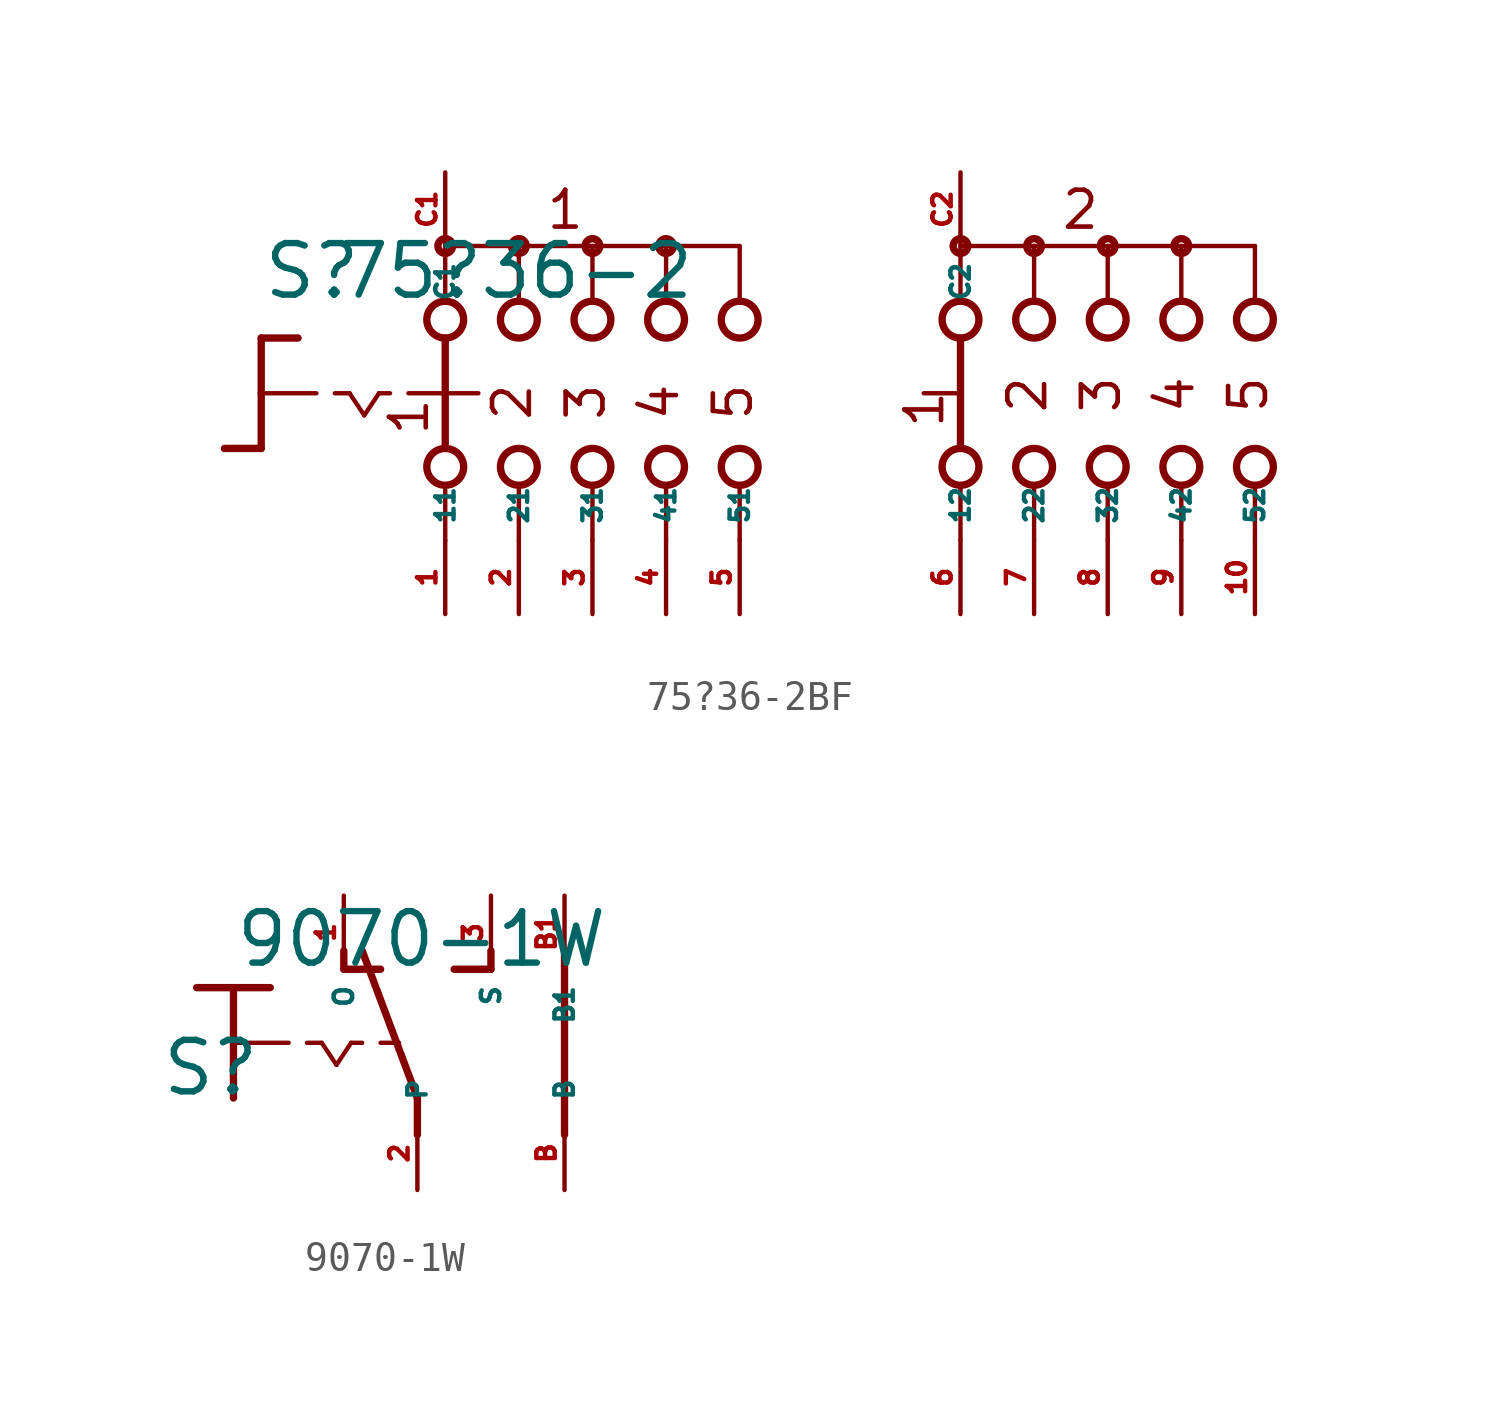
<source format=kicad_sym>
(kicad_symbol_lib
  (version 20220914)
  (generator Eagle2Kicad)
  (symbol "75?36-2BF"
    (property "Reference" "S"
      (at -19.05 3.175 0)
      (effects (font (size 1.778 1.778) (thickness 0.22)) (justify left bottom)))
    (property "Value" "75?36-2"
      (at -16.51 3.175 0)
      (effects (font (size 1.778 1.778) (thickness 0.22)) (justify left bottom)))
    (polyline
      (pts (xy -19.05 1.905) (xy -17.78 1.905))
      (stroke (width 0.254) (type default))
      (fill (type none)))
    (polyline
      (pts (xy -19.05 1.905) (xy -19.05 0))
      (stroke (width 0.254) (type default))
      (fill (type none)))
    (polyline
      (pts (xy -19.05 -1.905) (xy -20.32 -1.905))
      (stroke (width 0.254) (type default))
      (fill (type none)))
    (polyline
      (pts (xy -19.05 0) (xy -17.145 0))
      (stroke (width 0.152) (type default))
      (fill (type none)))
    (polyline
      (pts (xy -19.05 0) (xy -19.05 -1.905))
      (stroke (width 0.254) (type default))
      (fill (type none)))
    (polyline
      (pts (xy -16.51 0) (xy -16.002 0))
      (stroke (width 0.152) (type default))
      (fill (type none)))
    (polyline
      (pts (xy -14.986 0) (xy -14.605 0))
      (stroke (width 0.152) (type default))
      (fill (type none)))
    (polyline
      (pts (xy -16.002 0) (xy -15.494 -0.762))
      (stroke (width 0.152) (type default))
      (fill (type none)))
    (polyline
      (pts (xy -15.494 -0.762) (xy -14.986 0))
      (stroke (width 0.152) (type default))
      (fill (type none)))
    (polyline
      (pts (xy -10.16 3.175) (xy -10.16 5.08))
      (stroke (width 0.152) (type default))
      (fill (type none)))
    (polyline
      (pts (xy -7.62 3.175) (xy -7.62 5.08))
      (stroke (width 0.152) (type default))
      (fill (type none)))
    (polyline
      (pts (xy -5.08 3.175) (xy -5.08 5.08))
      (stroke (width 0.152) (type default))
      (fill (type none)))
    (polyline
      (pts (xy -7.62 5.08) (xy -10.16 5.08))
      (stroke (width 0.152) (type default))
      (fill (type none)))
    (polyline
      (pts (xy -7.62 5.08) (xy -5.08 5.08))
      (stroke (width 0.152) (type default))
      (fill (type none)))
    (polyline
      (pts (xy -2.54 3.175) (xy -2.54 5.08))
      (stroke (width 0.152) (type default))
      (fill (type none)))
    (polyline
      (pts (xy -5.08 5.08) (xy -2.54 5.08))
      (stroke (width 0.152) (type default))
      (fill (type none)))
    (polyline
      (pts (xy -12.7 5.08) (xy -12.7 3.175))
      (stroke (width 0.152) (type default))
      (fill (type none)))
    (polyline
      (pts (xy -10.16 5.08) (xy -12.7 5.08))
      (stroke (width 0.152) (type default))
      (fill (type none)))
    (polyline
      (pts (xy 5.08 3.175) (xy 5.08 5.08))
      (stroke (width 0.152) (type default))
      (fill (type none)))
    (polyline
      (pts (xy 5.08 -5.08) (xy 5.08 -3.175))
      (stroke (width 0.152) (type default))
      (fill (type none)))
    (polyline
      (pts (xy 7.62 3.175) (xy 7.62 5.08))
      (stroke (width 0.152) (type default))
      (fill (type none)))
    (polyline
      (pts (xy 10.16 3.175) (xy 10.16 5.08))
      (stroke (width 0.152) (type default))
      (fill (type none)))
    (polyline
      (pts (xy 12.7 3.175) (xy 12.7 5.08))
      (stroke (width 0.152) (type default))
      (fill (type none)))
    (polyline
      (pts (xy 15.24 3.175) (xy 15.24 5.08))
      (stroke (width 0.152) (type default))
      (fill (type none)))
    (polyline
      (pts (xy 5.08 5.08) (xy 7.62 5.08))
      (stroke (width 0.152) (type default))
      (fill (type none)))
    (polyline
      (pts (xy 7.62 5.08) (xy 10.16 5.08))
      (stroke (width 0.152) (type default))
      (fill (type none)))
    (polyline
      (pts (xy 10.16 5.08) (xy 12.7 5.08))
      (stroke (width 0.152) (type default))
      (fill (type none)))
    (polyline
      (pts (xy 12.7 5.08) (xy 15.24 5.08))
      (stroke (width 0.152) (type default))
      (fill (type none)))
    (polyline
      (pts (xy 7.62 -5.08) (xy 7.62 -3.175))
      (stroke (width 0.152) (type default))
      (fill (type none)))
    (polyline
      (pts (xy 10.16 -5.08) (xy 10.16 -3.175))
      (stroke (width 0.152) (type default))
      (fill (type none)))
    (polyline
      (pts (xy 12.7 -5.08) (xy 12.7 -3.175))
      (stroke (width 0.152) (type default))
      (fill (type none)))
    (polyline
      (pts (xy 15.24 -5.08) (xy 15.24 -3.175))
      (stroke (width 0.152) (type default))
      (fill (type none)))
    (polyline
      (pts (xy 5.08 1.905) (xy 5.08 -1.905))
      (stroke (width 0.254) (type default))
      (fill (type none)))
    (polyline
      (pts (xy 3.81 0) (xy 4.953 0))
      (stroke (width 0.152) (type default))
      (fill (type none)))
    (polyline
      (pts (xy -13.97 0) (xy -12.827 0))
      (stroke (width 0.152) (type default))
      (fill (type none)))
    (polyline
      (pts (xy -10.16 -5.08) (xy -10.16 -3.175))
      (stroke (width 0.152) (type default))
      (fill (type none)))
    (polyline
      (pts (xy -7.62 -5.08) (xy -7.62 -3.175))
      (stroke (width 0.152) (type default))
      (fill (type none)))
    (polyline
      (pts (xy -5.08 -5.08) (xy -5.08 -3.175))
      (stroke (width 0.152) (type default))
      (fill (type none)))
    (polyline
      (pts (xy -2.54 -5.08) (xy -2.54 -3.175))
      (stroke (width 0.152) (type default))
      (fill (type none)))
    (polyline
      (pts (xy -12.7 1.905) (xy -12.7 0))
      (stroke (width 0.254) (type default))
      (fill (type none)))
    (polyline
      (pts (xy -12.7 -3.175) (xy -12.7 -5.08))
      (stroke (width 0.152) (type default))
      (fill (type none)))
    (polyline
      (pts (xy -12.7 0) (xy -11.557 0))
      (stroke (width 0.152) (type default))
      (fill (type none)))
    (polyline
      (pts (xy -12.7 0) (xy -12.7 -1.905))
      (stroke (width 0.254) (type default))
      (fill (type none)))
    (text "2"
      (at 8.128 -0.762 900)
      (effects (font (size 1.27 1.27) (thickness 0.16)) (justify left bottom)))
    (text "3"
      (at 10.668 -0.762 900)
      (effects (font (size 1.27 1.27) (thickness 0.16)) (justify left bottom)))
    (text "4"
      (at 13.208 -0.762 900)
      (effects (font (size 1.27 1.27) (thickness 0.16)) (justify left bottom)))
    (text "5"
      (at 15.748 -0.762 900)
      (effects (font (size 1.27 1.27) (thickness 0.16)) (justify left bottom)))
    (text "1"
      (at 4.572 -1.27 900)
      (effects (font (size 1.27 1.27) (thickness 0.16)) (justify left bottom)))
    (text "1"
      (at -13.208 -1.524 900)
      (effects (font (size 1.27 1.27) (thickness 0.16)) (justify left bottom)))
    (text "2"
      (at -9.652 -1.016 900)
      (effects (font (size 1.27 1.27) (thickness 0.16)) (justify left bottom)))
    (text "3"
      (at -7.112 -1.016 900)
      (effects (font (size 1.27 1.27) (thickness 0.16)) (justify left bottom)))
    (text "4"
      (at -4.572 -1.016 900)
      (effects (font (size 1.27 1.27) (thickness 0.16)) (justify left bottom)))
    (text "5"
      (at -2.032 -1.016 900)
      (effects (font (size 1.27 1.27) (thickness 0.16)) (justify left bottom)))
    (text "1 "
      (at -9.271 5.588 0)
      (effects (font (size 1.27 1.27) (thickness 0.16)) (justify left bottom)))
    (text "2 "
      (at 8.509 5.588 0)
      (effects (font (size 1.27 1.27) (thickness 0.16)) (justify left bottom)))
    (circle
      (center -7.62 5.08)
      (radius 0.254)
      (stroke (width 0.254) (type default))
      (fill (type none)))
    (circle
      (center -5.08 5.08)
      (radius 0.254)
      (stroke (width 0.254) (type default))
      (fill (type none)))
    (circle
      (center -12.7 5.08)
      (radius 0.254)
      (stroke (width 0.254) (type default))
      (fill (type none)))
    (circle
      (center -10.16 5.08)
      (radius 0.254)
      (stroke (width 0.254) (type default))
      (fill (type none)))
    (circle
      (center -12.7 2.54)
      (radius 0.635)
      (stroke (width 0.254) (type default))
      (fill (type none)))
    (circle
      (center -10.16 2.54)
      (radius 0.635)
      (stroke (width 0.254) (type default))
      (fill (type none)))
    (circle
      (center -7.62 2.54)
      (radius 0.635)
      (stroke (width 0.254) (type default))
      (fill (type none)))
    (circle
      (center -5.08 2.54)
      (radius 0.635)
      (stroke (width 0.254) (type default))
      (fill (type none)))
    (circle
      (center -2.54 2.54)
      (radius 0.635)
      (stroke (width 0.254) (type default))
      (fill (type none)))
    (circle
      (center 5.08 5.08)
      (radius 0.254)
      (stroke (width 0.254) (type default))
      (fill (type none)))
    (circle
      (center 5.08 2.54)
      (radius 0.635)
      (stroke (width 0.254) (type default))
      (fill (type none)))
    (circle
      (center 5.08 -2.54)
      (radius 0.635)
      (stroke (width 0.254) (type default))
      (fill (type none)))
    (circle
      (center 7.62 2.54)
      (radius 0.635)
      (stroke (width 0.254) (type default))
      (fill (type none)))
    (circle
      (center 10.16 2.54)
      (radius 0.635)
      (stroke (width 0.254) (type default))
      (fill (type none)))
    (circle
      (center 12.7 2.54)
      (radius 0.635)
      (stroke (width 0.254) (type default))
      (fill (type none)))
    (circle
      (center 15.24 2.54)
      (radius 0.635)
      (stroke (width 0.254) (type default))
      (fill (type none)))
    (circle
      (center 7.62 5.08)
      (radius 0.254)
      (stroke (width 0.254) (type default))
      (fill (type none)))
    (circle
      (center 10.16 5.08)
      (radius 0.254)
      (stroke (width 0.254) (type default))
      (fill (type none)))
    (circle
      (center 12.7 5.08)
      (radius 0.254)
      (stroke (width 0.254) (type default))
      (fill (type none)))
    (circle
      (center 7.62 -2.54)
      (radius 0.635)
      (stroke (width 0.254) (type default))
      (fill (type none)))
    (circle
      (center 10.16 -2.54)
      (radius 0.635)
      (stroke (width 0.254) (type default))
      (fill (type none)))
    (circle
      (center 12.7 -2.54)
      (radius 0.635)
      (stroke (width 0.254) (type default))
      (fill (type none)))
    (circle
      (center 15.24 -2.54)
      (radius 0.635)
      (stroke (width 0.254) (type default))
      (fill (type none)))
    (circle
      (center -12.7 -2.54)
      (radius 0.635)
      (stroke (width 0.254) (type default))
      (fill (type none)))
    (circle
      (center -10.16 -2.54)
      (radius 0.635)
      (stroke (width 0.254) (type default))
      (fill (type none)))
    (circle
      (center -7.62 -2.54)
      (radius 0.635)
      (stroke (width 0.254) (type default))
      (fill (type none)))
    (circle
      (center -5.08 -2.54)
      (radius 0.635)
      (stroke (width 0.254) (type default))
      (fill (type none)))
    (circle
      (center -2.54 -2.54)
      (radius 0.635)
      (stroke (width 0.254) (type default))
      (fill (type none)))
    (pin passive line
      (at -12.7 -7.62 90)
      (length 2.54)
      (name "11" (effects (font (size 0.635 0.635) (thickness 0.08)) (justify left bottom)))
      (number "1" (effects (font (size 0.635 0.635) (thickness 0.08)) (justify left bottom))))
    (pin passive line
      (at -12.7 7.62 270)
      (length 2.54)
      (name "C1" (effects (font (size 0.635 0.635) (thickness 0.08)) (justify left bottom)))
      (number "C1" (effects (font (size 0.635 0.635) (thickness 0.08)) (justify left bottom))))
    (pin passive line
      (at -10.16 -7.62 90)
      (length 2.54)
      (name "21" (effects (font (size 0.635 0.635) (thickness 0.08)) (justify left bottom)))
      (number "2" (effects (font (size 0.635 0.635) (thickness 0.08)) (justify left bottom))))
    (pin passive line
      (at -7.62 -7.62 90)
      (length 2.54)
      (name "31" (effects (font (size 0.635 0.635) (thickness 0.08)) (justify left bottom)))
      (number "3" (effects (font (size 0.635 0.635) (thickness 0.08)) (justify left bottom))))
    (pin passive line
      (at -5.08 -7.62 90)
      (length 2.54)
      (name "41" (effects (font (size 0.635 0.635) (thickness 0.08)) (justify left bottom)))
      (number "4" (effects (font (size 0.635 0.635) (thickness 0.08)) (justify left bottom))))
    (pin passive line
      (at -2.54 -7.62 90)
      (length 2.54)
      (name "51" (effects (font (size 0.635 0.635) (thickness 0.08)) (justify left bottom)))
      (number "5" (effects (font (size 0.635 0.635) (thickness 0.08)) (justify left bottom))))
    (pin passive line
      (at 5.08 -7.62 90)
      (length 2.54)
      (name "12" (effects (font (size 0.635 0.635) (thickness 0.08)) (justify left bottom)))
      (number "6" (effects (font (size 0.635 0.635) (thickness 0.08)) (justify left bottom))))
    (pin passive line
      (at 7.62 -7.62 90)
      (length 2.54)
      (name "22" (effects (font (size 0.635 0.635) (thickness 0.08)) (justify left bottom)))
      (number "7" (effects (font (size 0.635 0.635) (thickness 0.08)) (justify left bottom))))
    (pin passive line
      (at 10.16 -7.62 90)
      (length 2.54)
      (name "32" (effects (font (size 0.635 0.635) (thickness 0.08)) (justify left bottom)))
      (number "8" (effects (font (size 0.635 0.635) (thickness 0.08)) (justify left bottom))))
    (pin passive line
      (at 12.7 -7.62 90)
      (length 2.54)
      (name "42" (effects (font (size 0.635 0.635) (thickness 0.08)) (justify left bottom)))
      (number "9" (effects (font (size 0.635 0.635) (thickness 0.08)) (justify left bottom))))
    (pin passive line
      (at 15.24 -7.62 90)
      (length 2.54)
      (name "52" (effects (font (size 0.635 0.635) (thickness 0.08)) (justify left bottom)))
      (number "10" (effects (font (size 0.635 0.635) (thickness 0.08)) (justify left bottom))))
    (pin passive line
      (at 5.08 7.62 270)
      (length 2.54)
      (name "C2" (effects (font (size 0.635 0.635) (thickness 0.08)) (justify left bottom)))
      (number "C2" (effects (font (size 0.635 0.635) (thickness 0.08)) (justify left bottom)))))
  (symbol "9070-1W"
    (property "Reference" "S"
      (at -6.35 -1.905 0)
      (effects (font (size 1.778 1.778) (thickness 0.22)) (justify left bottom)))
    (property "Value" "9070-1W"
      (at -3.81 2.54 0)
      (effects (font (size 1.778 1.778) (thickness 0.22)) (justify left bottom)))
    (polyline
      (pts (xy -3.81 1.905) (xy -2.54 1.905))
      (stroke (width 0.254) (type default))
      (fill (type none)))
    (polyline
      (pts (xy -3.81 1.905) (xy -3.81 0))
      (stroke (width 0.254) (type default))
      (fill (type none)))
    (polyline
      (pts (xy -3.81 0) (xy -1.905 0))
      (stroke (width 0.152) (type default))
      (fill (type none)))
    (polyline
      (pts (xy -3.81 0) (xy -3.81 -1.905))
      (stroke (width 0.254) (type default))
      (fill (type none)))
    (polyline
      (pts (xy -1.27 0) (xy -0.762 0))
      (stroke (width 0.152) (type default))
      (fill (type none)))
    (polyline
      (pts (xy -5.08 1.905) (xy -3.81 1.905))
      (stroke (width 0.254) (type default))
      (fill (type none)))
    (polyline
      (pts (xy 0.254 0) (xy 0.635 0))
      (stroke (width 0.152) (type default))
      (fill (type none)))
    (polyline
      (pts (xy 1.27 0) (xy 1.905 0))
      (stroke (width 0.152) (type default))
      (fill (type none)))
    (polyline
      (pts (xy 2.54 -3.175) (xy 2.54 -1.905))
      (stroke (width 0.254) (type default))
      (fill (type none)))
    (polyline
      (pts (xy 2.54 -1.905) (xy 0.635 3.175))
      (stroke (width 0.254) (type default))
      (fill (type none)))
    (polyline
      (pts (xy 3.81 2.54) (xy 5.08 2.54))
      (stroke (width 0.254) (type default))
      (fill (type none)))
    (polyline
      (pts (xy 5.08 2.54) (xy 5.08 3.175))
      (stroke (width 0.254) (type default))
      (fill (type none)))
    (polyline
      (pts (xy 0 2.54) (xy 1.27 2.54))
      (stroke (width 0.254) (type default))
      (fill (type none)))
    (polyline
      (pts (xy 0 2.54) (xy 0 3.175))
      (stroke (width 0.254) (type default))
      (fill (type none)))
    (polyline
      (pts (xy -0.762 0) (xy -0.254 -0.762))
      (stroke (width 0.152) (type default))
      (fill (type none)))
    (polyline
      (pts (xy -0.254 -0.762) (xy 0.254 0))
      (stroke (width 0.152) (type default))
      (fill (type none)))
    (polyline
      (pts (xy 7.62 -3.175) (xy 7.62 3.175))
      (stroke (width 0.254) (type default))
      (fill (type none)))
    (pin passive line
      (at 2.54 -5.08 90)
      (length 2.54)
      (name "P" (effects (font (size 0.635 0.635) (thickness 0.08)) (justify left bottom)))
      (number "2" (effects (font (size 0.635 0.635) (thickness 0.08)) (justify left bottom))))
    (pin passive line
      (at 5.08 5.08 270)
      (length 2.54)
      (name "S" (effects (font (size 0.635 0.635) (thickness 0.08)) (justify left bottom)))
      (number "3" (effects (font (size 0.635 0.635) (thickness 0.08)) (justify left bottom))))
    (pin passive line
      (at 0 5.08 270)
      (length 2.54)
      (name "O" (effects (font (size 0.635 0.635) (thickness 0.08)) (justify left bottom)))
      (number "1" (effects (font (size 0.635 0.635) (thickness 0.08)) (justify left bottom))))
    (pin passive line
      (at 7.62 -5.08 90)
      (length 2.54)
      (name "B" (effects (font (size 0.635 0.635) (thickness 0.08)) (justify left bottom)))
      (number "B" (effects (font (size 0.635 0.635) (thickness 0.08)) (justify left bottom))))
    (pin passive line
      (at 7.62 5.08 270)
      (length 2.54)
      (name "B1" (effects (font (size 0.635 0.635) (thickness 0.08)) (justify left bottom)))
      (number "B1" (effects (font (size 0.635 0.635) (thickness 0.08)) (justify left bottom))))))
</source>
